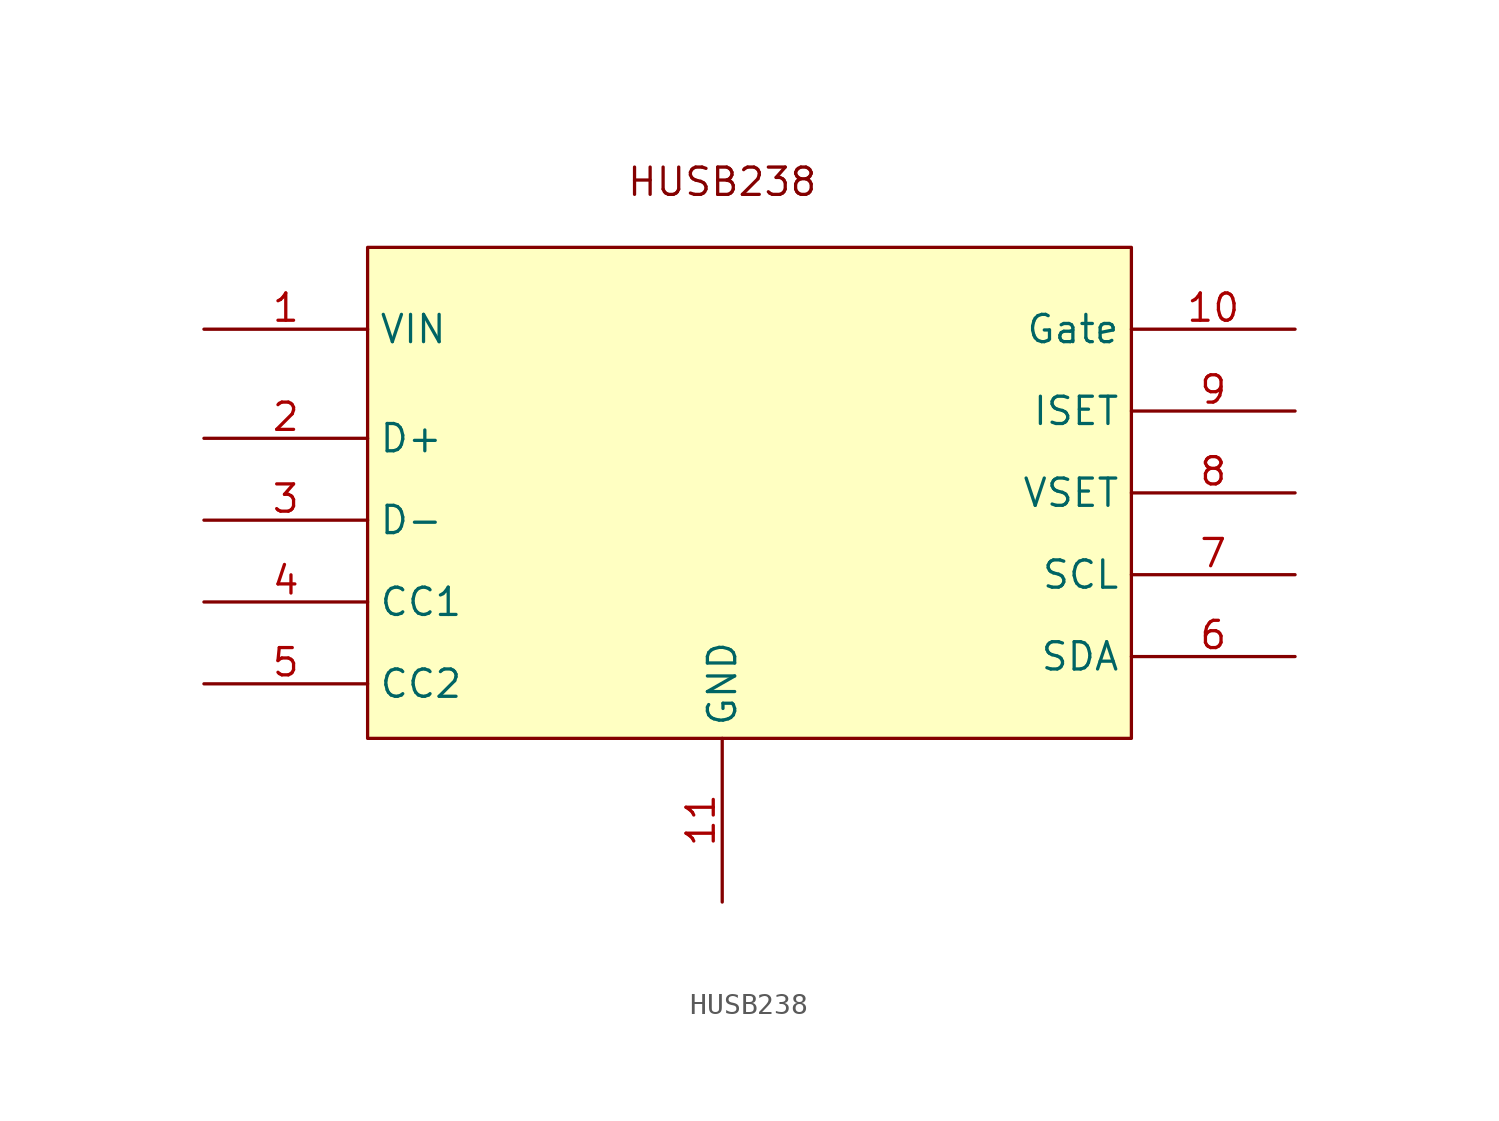
<source format=kicad_sym>
(kicad_symbol_lib
  (version 20241209)
  (generator "kicad_symbol_editor")
  (generator_version "9.0")
  (symbol "HUSB238"
    (property "Reference" "U"
      (at 0 2.286 0)
      (effects (font (size 1.27 1.27)) (hide yes)))
    (property "Value" ""
      (at 0 0 0)
      (effects (font (size 1.27 1.27))))
    (symbol "HUSB238_0_1"
      (rectangle (start -16.51 1.27) (end 19.05 -21.59) (stroke (width 0) (type default)) (fill (type background))))
    (symbol "HUSB238_1_1"
      (text "HUSB238" (at 0 4.318 0) (effects (font (size 1.27 1.27))))
      (pin power_in line (at -24.13 -2.54 0) (length 7.62) (name "VIN" (effects (font (size 1.27 1.27)))) (number "1" (effects (font (size 1.27 1.27)))))
      (pin input line (at -24.13 -7.62 0) (length 7.62) (name "D+" (effects (font (size 1.27 1.27)))) (number "2" (effects (font (size 1.27 1.27)))))
      (pin input line (at -24.13 -11.43 0) (length 7.62) (name "D-" (effects (font (size 1.27 1.27)))) (number "3" (effects (font (size 1.27 1.27)))))
      (pin input line (at -24.13 -15.24 0) (length 7.62) (name "CC1" (effects (font (size 1.27 1.27)))) (number "4" (effects (font (size 1.27 1.27)))))
      (pin input line (at -24.13 -19.05 0) (length 7.62) (name "CC2" (effects (font (size 1.27 1.27)))) (number "5" (effects (font (size 1.27 1.27)))))
      (pin power_out line (at 0 -29.21 90) (length 7.62) (name "GND" (effects (font (size 1.27 1.27)))) (number "11" (effects (font (size 1.27 1.27)))))
      (pin output line (at 26.67 -2.54 180) (length 7.62) (name "Gate" (effects (font (size 1.27 1.27)))) (number "10" (effects (font (size 1.27 1.27)))))
      (pin bidirectional line (at 26.67 -6.35 180) (length 7.62) (name "ISET" (effects (font (size 1.27 1.27)))) (number "9" (effects (font (size 1.27 1.27)))))
      (pin bidirectional line (at 26.67 -10.16 180) (length 7.62) (name "VSET" (effects (font (size 1.27 1.27)))) (number "8" (effects (font (size 1.27 1.27)))))
      (pin bidirectional line (at 26.67 -13.97 180) (length 7.62) (name "SCL" (effects (font (size 1.27 1.27)))) (number "7" (effects (font (size 1.27 1.27)))))
      (pin bidirectional line (at 26.67 -17.78 180) (length 7.62) (name "SDA" (effects (font (size 1.27 1.27)))) (number "6" (effects (font (size 1.27 1.27))))))))
</source>
